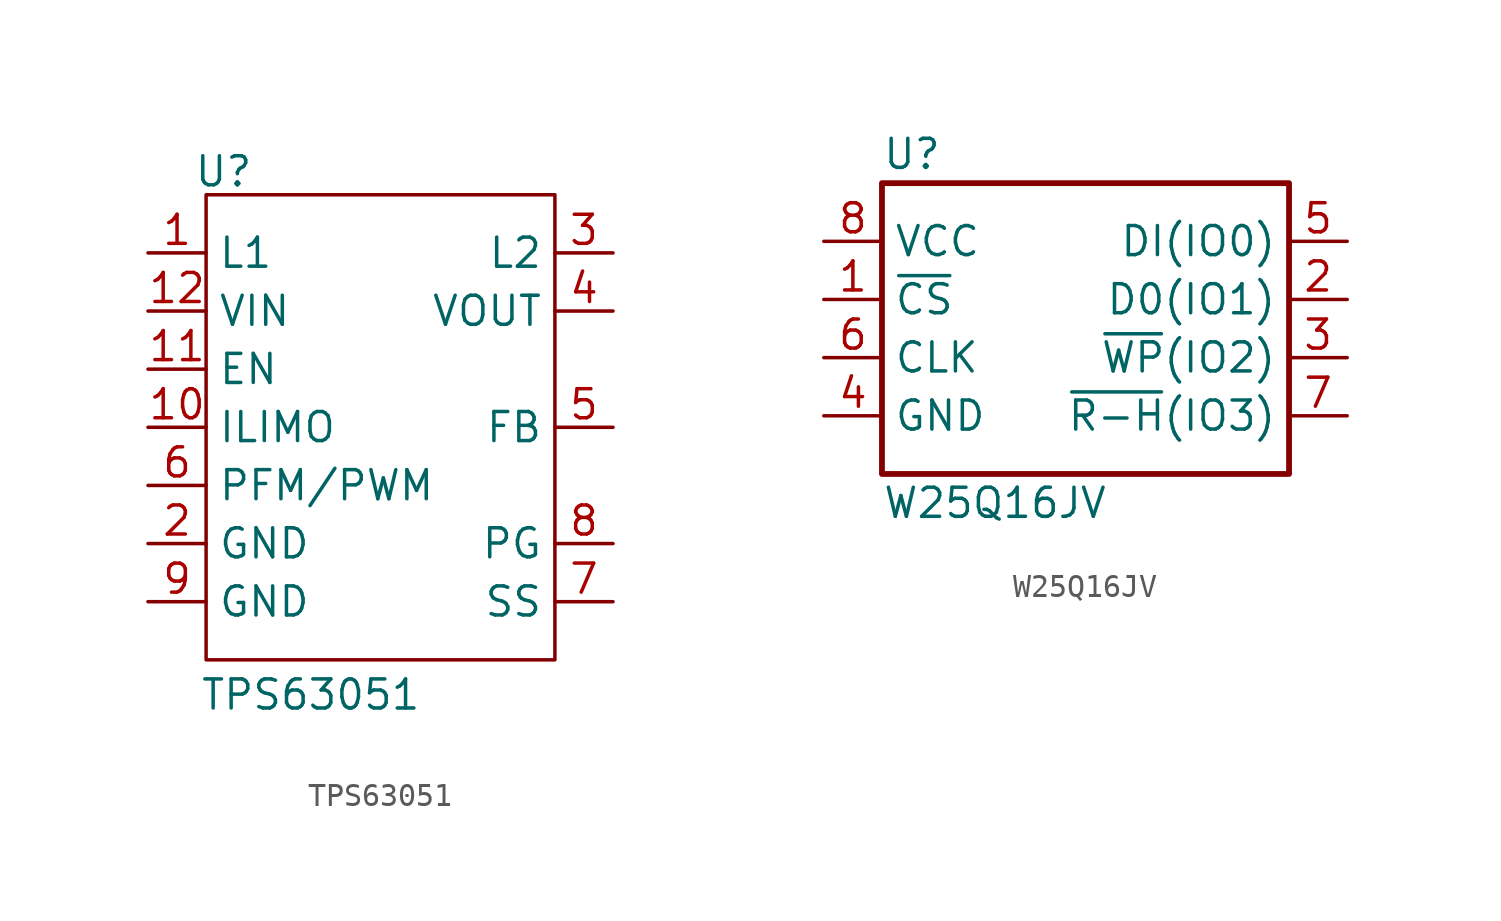
<source format=kicad_sym>
(kicad_symbol_lib
  (version 20231120)
  (generator "kicad_symbol_editor")
  (generator_version "8.0")
  (symbol "TPS63051"
    (property "Reference" "U"
      (at -6.858 11.176 0)
      (effects (font (size 1.27 1.27))))
    (property "Value" "TPS63051"
      (at -3.048 -11.684 0)
      (effects (font (size 1.27 1.27))))
    (symbol "TPS63051_0_1"
      (rectangle (start -7.62 10.16) (end 7.62 -10.16) (stroke (width 0) (type default)) (fill (type none))))
    (symbol "TPS63051_1_1"
      (pin passive line (at -10.16 7.62 0) (length 2.54) (name "L1" (effects (font (size 1.27 1.27)))) (number "1" (effects (font (size 1.27 1.27)))))
      (pin input line (at -10.16 0 0) (length 2.54) (name "ILIMO" (effects (font (size 1.27 1.27)))) (number "10" (effects (font (size 1.27 1.27)))))
      (pin input line (at -10.16 2.54 0) (length 2.54) (name "EN" (effects (font (size 1.27 1.27)))) (number "11" (effects (font (size 1.27 1.27)))))
      (pin power_in line (at -10.16 5.08 0) (length 2.54) (name "VIN" (effects (font (size 1.27 1.27)))) (number "12" (effects (font (size 1.27 1.27)))))
      (pin power_in line (at -10.16 -5.08 0) (length 2.54) (name "GND" (effects (font (size 1.27 1.27)))) (number "2" (effects (font (size 1.27 1.27)))))
      (pin passive line (at 10.16 7.62 180) (length 2.54) (name "L2" (effects (font (size 1.27 1.27)))) (number "3" (effects (font (size 1.27 1.27)))))
      (pin power_in line (at 10.16 5.08 180) (length 2.54) (name "VOUT" (effects (font (size 1.27 1.27)))) (number "4" (effects (font (size 1.27 1.27)))))
      (pin input line (at 10.16 0 180) (length 2.54) (name "FB" (effects (font (size 1.27 1.27)))) (number "5" (effects (font (size 1.27 1.27)))))
      (pin input line (at -10.16 -2.54 0) (length 2.54) (name "PFM/PWM" (effects (font (size 1.27 1.27)))) (number "6" (effects (font (size 1.27 1.27)))))
      (pin input line (at 10.16 -7.62 180) (length 2.54) (name "SS" (effects (font (size 1.27 1.27)))) (number "7" (effects (font (size 1.27 1.27)))))
      (pin open_collector line (at 10.16 -5.08 180) (length 2.54) (name "PG" (effects (font (size 1.27 1.27)))) (number "8" (effects (font (size 1.27 1.27)))))
      (pin power_in line (at -10.16 -7.62 0) (length 2.54) (name "GND" (effects (font (size 1.27 1.27)))) (number "9" (effects (font (size 1.27 1.27)))))))
  (symbol "W25Q16JV"
    (property "Reference" "U"
      (at -8.89 7.62 0)
      (effects (font (size 1.27 1.27)) (justify left)))
    (property "Value" "W25Q16JV"
      (at -8.89 -7.62 0)
      (effects (font (size 1.27 1.27)) (justify left)))
    (symbol "W25Q16JV_0_1"
      (rectangle (start -8.89 6.35) (end 8.89 -6.35) (stroke (width 0.254) (type default)) (fill (type none))))
    (symbol "W25Q16JV_1_1"
      (pin input line (at -11.43 1.27 0) (length 2.54) (name "~{CS}" (effects (font (size 1.27 1.27)))) (number "1" (effects (font (size 1.27 1.27)))))
      (pin bidirectional line (at 11.43 1.27 180) (length 2.54) (name "D0(IO1)" (effects (font (size 1.27 1.27)))) (number "2" (effects (font (size 1.27 1.27)))))
      (pin bidirectional line (at 11.43 -1.27 180) (length 2.54) (name "~{WP}(IO2)" (effects (font (size 1.27 1.27)))) (number "3" (effects (font (size 1.27 1.27)))))
      (pin power_in line (at -11.43 -3.81 0) (length 2.54) (name "GND" (effects (font (size 1.27 1.27)))) (number "4" (effects (font (size 1.27 1.27)))))
      (pin bidirectional line (at 11.43 3.81 180) (length 2.54) (name "DI(IO0)" (effects (font (size 1.27 1.27)))) (number "5" (effects (font (size 1.27 1.27)))))
      (pin input line (at -11.43 -1.27 0) (length 2.54) (name "CLK" (effects (font (size 1.27 1.27)))) (number "6" (effects (font (size 1.27 1.27)))))
      (pin bidirectional line (at 11.43 -3.81 180) (length 2.54) (name "~{R-H}(IO3)" (effects (font (size 1.27 1.27)))) (number "7" (effects (font (size 1.27 1.27)))))
      (pin power_in line (at -11.43 3.81 0) (length 2.54) (name "VCC" (effects (font (size 1.27 1.27)))) (number "8" (effects (font (size 1.27 1.27)))))
      (pin free line (at 11.43 -6.35 180) (length 2.54) hide (name "" (effects (font (size 1.27 1.27)))) (number "9" (effects (font (size 1.27 1.27))))))))
</source>
